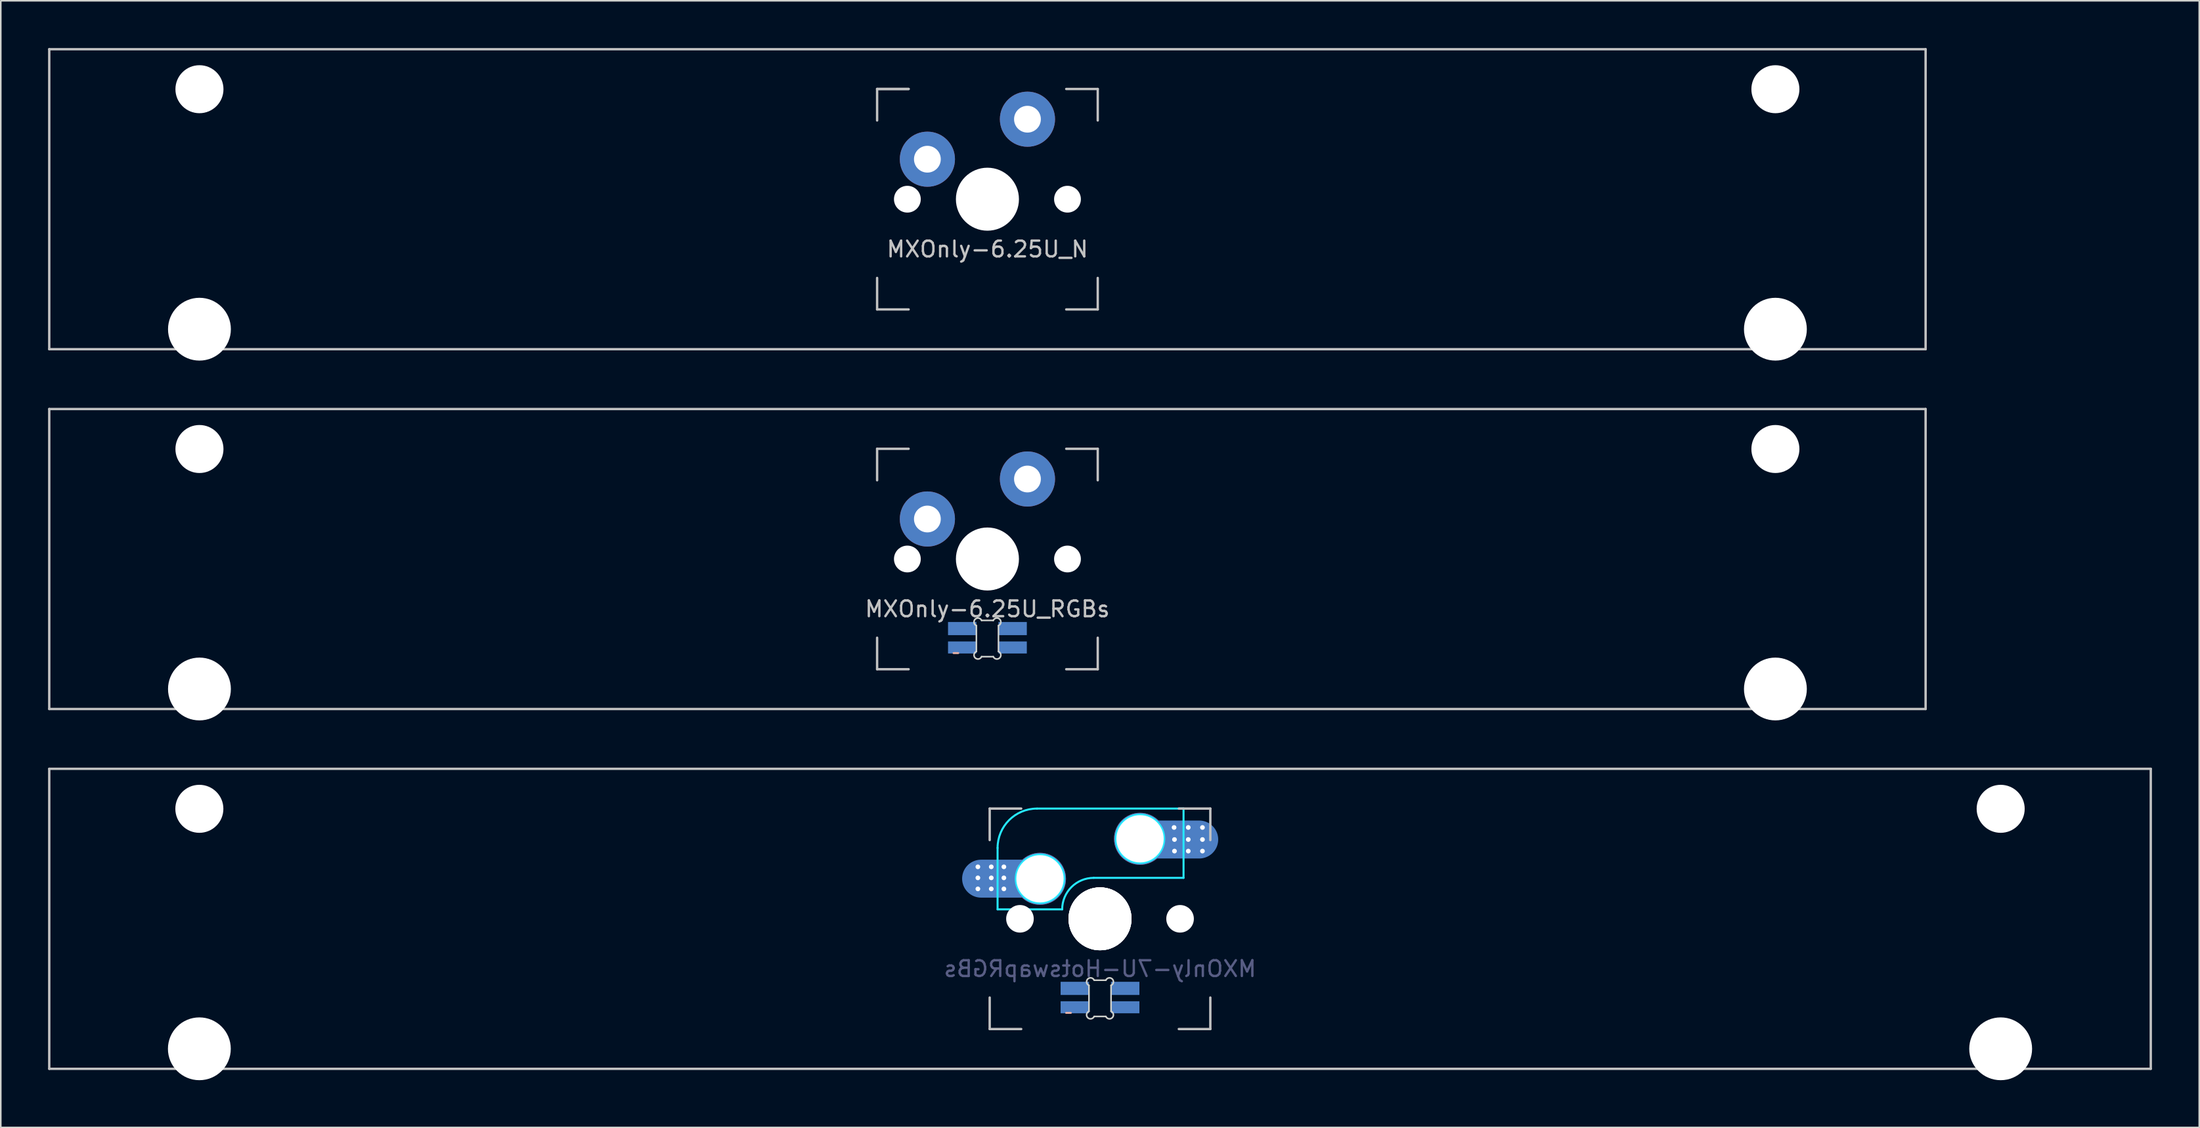
<source format=kicad_pcb>
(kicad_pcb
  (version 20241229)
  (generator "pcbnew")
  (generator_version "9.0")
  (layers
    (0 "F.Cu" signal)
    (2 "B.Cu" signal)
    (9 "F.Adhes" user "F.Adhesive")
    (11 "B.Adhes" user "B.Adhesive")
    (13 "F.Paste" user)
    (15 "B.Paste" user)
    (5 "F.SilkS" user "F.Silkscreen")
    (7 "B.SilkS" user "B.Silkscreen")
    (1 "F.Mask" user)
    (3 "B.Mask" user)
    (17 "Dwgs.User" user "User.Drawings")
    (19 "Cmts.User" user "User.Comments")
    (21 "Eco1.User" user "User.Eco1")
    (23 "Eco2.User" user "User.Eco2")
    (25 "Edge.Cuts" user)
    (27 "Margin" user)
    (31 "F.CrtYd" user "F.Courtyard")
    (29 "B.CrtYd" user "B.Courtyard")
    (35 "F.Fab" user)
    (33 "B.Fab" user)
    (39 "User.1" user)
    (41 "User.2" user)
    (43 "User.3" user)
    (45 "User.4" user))
  (footprint "MXOnly-6.25U_RGBs"
    (layer "F.Cu")
    (at 59.606 32.449)
    (property "Reference" "MXOnly-6.25U_RGBs" (at 0 3.175 0) (layer "Dwgs.User") (effects (font (size 1 1) (thickness 0.15))))
    (attr through_hole)
    (fp_line (start -2.15 5.975) (end -1.85 5.975) (stroke (width 0.12) (type solid)) (layer "B.SilkS"))
    (fp_line (start -59.531 -9.525) (end 59.531 -9.525) (stroke (width 0.15) (type solid)) (layer "Dwgs.User"))
    (fp_line (start -59.531 9.525) (end -59.531 -9.525) (stroke (width 0.15) (type solid)) (layer "Dwgs.User"))
    (fp_line (start -59.531 9.525) (end 59.531 9.525) (stroke (width 0.15) (type solid)) (layer "Dwgs.User"))
    (fp_line (start -7 -7) (end -7 -5) (stroke (width 0.15) (type solid)) (layer "Dwgs.User"))
    (fp_line (start -7 5) (end -7 7) (stroke (width 0.15) (type solid)) (layer "Dwgs.User"))
    (fp_line (start -7 7) (end -5 7) (stroke (width 0.15) (type solid)) (layer "Dwgs.User"))
    (fp_line (start -5 -7) (end -7 -7) (stroke (width 0.15) (type solid)) (layer "Dwgs.User"))
    (fp_line (start 5 -7) (end 7 -7) (stroke (width 0.15) (type solid)) (layer "Dwgs.User"))
    (fp_line (start 5 7) (end 7 7) (stroke (width 0.15) (type solid)) (layer "Dwgs.User"))
    (fp_line (start 7 -7) (end 7 -5) (stroke (width 0.15) (type solid)) (layer "Dwgs.User"))
    (fp_line (start 7 7) (end 7 5) (stroke (width 0.15) (type solid)) (layer "Dwgs.User"))
    (fp_line (start 59.531 -9.525) (end 59.531 9.525) (stroke (width 0.15) (type solid)) (layer "Dwgs.User"))
    (fp_line (start -0.701 5.873) (end -0.701 4.229) (stroke (width 0.1) (type solid)) (layer "Edge.Cuts"))
    (fp_line (start -0.372 3.9) (end 0.372 3.9) (stroke (width 0.1) (type solid)) (layer "Edge.Cuts"))
    (fp_line (start 0.372 6.202) (end -0.372 6.202) (stroke (width 0.1) (type solid)) (layer "Edge.Cuts"))
    (fp_line (start 0.701 4.229) (end 0.701 5.873) (stroke (width 0.1) (type solid)) (layer "Edge.Cuts"))
    (fp_arc (start -0.701007 4.229129) (mid -0.777791 3.823216) (end -0.371878 3.9) (stroke (width 0.1) (type solid)) (layer "Edge.Cuts"))
    (fp_arc (start -0.371878 6.202013) (mid -0.777748 6.278754) (end -0.701007 5.872884) (stroke (width 0.1) (type solid)) (layer "Edge.Cuts"))
    (fp_arc (start 0.371877 3.9) (mid 0.777804 3.823208) (end 0.701006 4.229129) (stroke (width 0.1) (type solid)) (layer "Edge.Cuts"))
    (fp_arc (start 0.701006 5.872884) (mid 0.777758 6.278765) (end 0.371877 6.202013) (stroke (width 0.1) (type solid)) (layer "Edge.Cuts"))
    (pad "" np_thru_hole circle (at -50 -6.985) (size 3.048 3.048) (drill 3.048) (layers "*.Cu" "*.Mask"))
    (pad "" np_thru_hole circle (at -50 8.255) (size 3.988 3.988) (drill 3.988) (layers "*.Cu" "*.Mask"))
    (pad "" np_thru_hole circle (at -5.08 0 48.099) (size 1.7 1.7) (drill 1.7) (layers "*.Cu" "*.Mask"))
    (pad "" smd circle (at -3.81 -2.55) (size 2.5 2.5) (layers "B.Mask"))
    (pad "" np_thru_hole circle (at 0 0) (size 4 4) (drill 4) (layers "*.Cu" "*.Mask"))
    (pad "" smd circle (at 2.54 -5.08) (size 2.5 2.5) (layers "B.Mask"))
    (pad "" np_thru_hole circle (at 5.08 0 48.099) (size 1.7 1.7) (drill 1.7) (layers "*.Cu" "*.Mask"))
    (pad "" np_thru_hole circle (at 50 -6.985) (size 3.048 3.048) (drill 3.048) (layers "*.Cu" "*.Mask"))
    (pad "" np_thru_hole circle (at 50 8.255) (size 3.988 3.988) (drill 3.988) (layers "*.Cu" "*.Mask"))
    (pad "1" thru_hole circle (at -3.81 -2.54) (size 3.5 3.5) (drill 1.7) (layers "*.Cu"))
    (pad "2" thru_hole circle (at 2.54 -5.08) (size 3.5 3.5) (drill 1.7) (layers "*.Cu"))
    (pad "3" smd rect (at 1.6 4.418) (size 1.8 0.836) (layers "B.Cu" "B.Mask" "B.Paste"))
    (pad "4" smd rect (at -1.6 4.418) (size 1.8 0.836) (layers "B.Cu" "B.Mask" "B.Paste"))
    (pad "5" smd rect (at 1.6 5.618) (size 1.8 0.764) (layers "B.Cu" "B.Mask" "B.Paste"))
    (pad "6" smd rect (at -1.6 5.618) (size 1.8 0.764) (layers "B.Cu" "B.Mask" "B.Paste")))
  (footprint "MXOnly-6.25U_N"
    (layer "F.Cu")
    (at 59.606 9.6)
    (property "Reference" "MXOnly-6.25U_N" (at 0 3.175 0) (layer "Dwgs.User") (effects (font (size 1 1) (thickness 0.15))))
    (attr through_hole)
    (fp_line (start -59.531 -9.525) (end 59.531 -9.525) (stroke (width 0.15) (type solid)) (layer "Dwgs.User"))
    (fp_line (start -59.531 9.525) (end -59.531 -9.525) (stroke (width 0.15) (type solid)) (layer "Dwgs.User"))
    (fp_line (start -59.531 9.525) (end 59.531 9.525) (stroke (width 0.15) (type solid)) (layer "Dwgs.User"))
    (fp_line (start -7 -7) (end -7 -5) (stroke (width 0.15) (type solid)) (layer "Dwgs.User"))
    (fp_line (start -7 5) (end -7 7) (stroke (width 0.15) (type solid)) (layer "Dwgs.User"))
    (fp_line (start -7 7) (end -5 7) (stroke (width 0.15) (type solid)) (layer "Dwgs.User"))
    (fp_line (start -5 -7) (end -7 -7) (stroke (width 0.15) (type solid)) (layer "Dwgs.User"))
    (fp_line (start -5 -7) (end -7 -7) (stroke (width 0.15) (type solid)) (layer "Dwgs.User"))
    (fp_line (start 5 -7) (end 7 -7) (stroke (width 0.15) (type solid)) (layer "Dwgs.User"))
    (fp_line (start 5 7) (end 7 7) (stroke (width 0.15) (type solid)) (layer "Dwgs.User"))
    (fp_line (start 7 -7) (end 7 -5) (stroke (width 0.15) (type solid)) (layer "Dwgs.User"))
    (fp_line (start 7 5) (end 7 7) (stroke (width 0.15) (type solid)) (layer "Dwgs.User"))
    (fp_line (start 59.531 -9.525) (end 59.531 9.525) (stroke (width 0.15) (type solid)) (layer "Dwgs.User"))
    (pad "" np_thru_hole circle (at -50 -6.985) (size 3.048 3.048) (drill 3.048) (layers "*.Cu" "*.Mask"))
    (pad "" np_thru_hole circle (at -50 8.255) (size 3.988 3.988) (drill 3.988) (layers "*.Cu" "*.Mask"))
    (pad "" np_thru_hole circle (at -5.08 0 48.099) (size 1.7 1.7) (drill 1.7) (layers "*.Cu" "*.Mask"))
    (pad "" smd circle (at -3.81 -2.55) (size 2.5 2.5) (layers "B.Mask"))
    (pad "" np_thru_hole circle (at 0 0) (size 4 4) (drill 4) (layers "*.Cu" "*.Mask"))
    (pad "" smd circle (at 2.54 -5.08) (size 2.5 2.5) (layers "B.Mask"))
    (pad "" np_thru_hole circle (at 5.08 0 48.099) (size 1.7 1.7) (drill 1.7) (layers "*.Cu" "*.Mask"))
    (pad "" np_thru_hole circle (at 50 -6.985) (size 3.048 3.048) (drill 3.048) (layers "*.Cu" "*.Mask"))
    (pad "" np_thru_hole circle (at 50 8.255) (size 3.988 3.988) (drill 3.988) (layers "*.Cu" "*.Mask"))
    (pad "1" thru_hole circle (at -3.81 -2.54) (size 3.5 3.5) (drill 1.7) (layers "*.Cu"))
    (pad "2" thru_hole circle (at 2.54 -5.08) (size 3.5 3.5) (drill 1.7) (layers "*.Cu")))
  (footprint "MXOnly-7U-HotswapRGBs"
    (layer "F.Cu")
    (at 66.75 55.298)
    (property "Reference" "MXOnly-7U-HotswapRGBs" (at 0 3.175 0) (layer "B.Fab") (effects (font (size 1 1) (thickness 0.15)) (justify mirror)))
    (attr smd)
    (fp_line (start -2.15 5.975) (end -1.85 5.975) (stroke (width 0.12) (type solid)) (layer "B.SilkS"))
    (fp_line (start -66.675 -9.525) (end 66.675 -9.525) (stroke (width 0.15) (type solid)) (layer "Dwgs.User"))
    (fp_line (start -66.675 9.525) (end -66.675 -9.525) (stroke (width 0.15) (type solid)) (layer "Dwgs.User"))
    (fp_line (start -7 -7) (end -7 -5) (stroke (width 0.15) (type solid)) (layer "Dwgs.User"))
    (fp_line (start -7 5) (end -7 7) (stroke (width 0.15) (type solid)) (layer "Dwgs.User"))
    (fp_line (start -7 7) (end -5 7) (stroke (width 0.15) (type solid)) (layer "Dwgs.User"))
    (fp_line (start -5 -7) (end -7 -7) (stroke (width 0.15) (type solid)) (layer "Dwgs.User"))
    (fp_line (start 5 -7) (end 7 -7) (stroke (width 0.15) (type solid)) (layer "Dwgs.User"))
    (fp_line (start 5 7) (end 7 7) (stroke (width 0.15) (type solid)) (layer "Dwgs.User"))
    (fp_line (start 7 -5) (end 7 -7) (stroke (width 0.15) (type solid)) (layer "Dwgs.User"))
    (fp_line (start 7 7) (end 7 5) (stroke (width 0.15) (type solid)) (layer "Dwgs.User"))
    (fp_line (start 66.675 -9.525) (end 66.675 9.525) (stroke (width 0.15) (type solid)) (layer "Dwgs.User"))
    (fp_line (start 66.675 9.525) (end -66.675 9.525) (stroke (width 0.15) (type solid)) (layer "Dwgs.User"))
    (fp_line (start -0.701 5.873) (end -0.701 4.229) (stroke (width 0.1) (type solid)) (layer "Edge.Cuts"))
    (fp_line (start -0.372 3.9) (end 0.372 3.9) (stroke (width 0.1) (type solid)) (layer "Edge.Cuts"))
    (fp_line (start 0.372 6.202) (end -0.372 6.202) (stroke (width 0.1) (type solid)) (layer "Edge.Cuts"))
    (fp_line (start 0.701 4.229) (end 0.701 5.873) (stroke (width 0.1) (type solid)) (layer "Edge.Cuts"))
    (fp_arc (start -0.701007 4.229129) (mid -0.777791 3.823216) (end -0.371878 3.9) (stroke (width 0.1) (type solid)) (layer "Edge.Cuts"))
    (fp_arc (start -0.371878 6.202013) (mid -0.777748 6.278754) (end -0.701007 5.872884) (stroke (width 0.1) (type solid)) (layer "Edge.Cuts"))
    (fp_arc (start 0.371877 3.9) (mid 0.777804 3.823208) (end 0.701006 4.229129) (stroke (width 0.1) (type solid)) (layer "Edge.Cuts"))
    (fp_arc (start 0.701006 5.872884) (mid 0.777758 6.278765) (end 0.371877 6.202013) (stroke (width 0.1) (type solid)) (layer "Edge.Cuts"))
    (fp_line (start -6.5 -4.5) (end -6.5 -0.6) (stroke (width 0.127) (type solid)) (layer "B.CrtYd"))
    (fp_line (start -6.5 -0.6) (end -2.4 -0.6) (stroke (width 0.127) (type solid)) (layer "B.CrtYd"))
    (fp_line (start -0.4 -2.6) (end 5.3 -2.6) (stroke (width 0.127) (type solid)) (layer "B.CrtYd"))
    (fp_line (start 5.3 -7) (end -4 -7) (stroke (width 0.127) (type solid)) (layer "B.CrtYd"))
    (fp_line (start 5.3 -7) (end 5.3 -2.6) (stroke (width 0.127) (type solid)) (layer "B.CrtYd"))
    (fp_arc (start -6.5 -4.5) (mid -5.767767 -6.267767) (end -4 -7) (stroke (width 0.127) (type solid)) (layer "B.CrtYd"))
    (fp_arc (start -2.4 -0.6) (mid -1.814214 -2.014214) (end -0.4 -2.6) (stroke (width 0.127) (type solid)) (layer "B.CrtYd"))
    (fp_circle (center -3.81 -2.54) (end -2.286 -2.54) (stroke (width 0.15) (type solid)) (fill no) (layer "B.CrtYd"))
    (fp_circle (center 2.54 -5.08) (end 2.54 -6.604) (stroke (width 0.15) (type solid)) (fill no) (layer "B.CrtYd"))
    (pad "" np_thru_hole circle (at -57.15 -6.985) (size 3.048 3.048) (drill 3.048) (layers "*.Cu" "*.Mask"))
    (pad "" np_thru_hole circle (at -57.15 8.255) (size 3.988 3.988) (drill 3.988) (layers "*.Cu" "*.Mask"))
    (pad "" np_thru_hole circle (at -5.08 0 48.1) (size 1.75 1.75) (drill 1.75) (layers "*.Cu" "*.Mask"))
    (pad "" np_thru_hole circle (at 0 0) (size 3.988 3.988) (drill 3.988) (layers "*.Cu" "*.Mask"))
    (pad "" np_thru_hole circle (at 0 0) (size 3.988 3.988) (drill 3.988) (layers "*.Cu" "*.Mask"))
    (pad "" np_thru_hole circle (at 0 0) (size 4 4) (drill 4) (layers "*.Cu" "*.Mask"))
    (pad "" np_thru_hole circle (at 0 0) (size 4 4) (drill 4) (layers "*.Cu" "*.Mask"))
    (pad "" np_thru_hole circle (at 5.08 0 48.1) (size 1.75 1.75) (drill 1.75) (layers "*.Cu" "*.Mask"))
    (pad "" np_thru_hole circle (at 57.15 -6.985) (size 3.048 3.048) (drill 3.048) (layers "*.Cu" "*.Mask"))
    (pad "" np_thru_hole circle (at 57.15 8.255) (size 3.988 3.988) (drill 3.988) (layers "*.Cu" "*.Mask"))
    (pad "1" thru_hole circle (at 2.54 -5.08) (size 3.3 3.3) (drill 3) (layers "*.Cu" "B.Mask"))
    (pad "1" thru_hole circle (at 4.7 -5.8) (size 0.4 0.4) (drill 0.3) (layers "*.Cu" "B.Mask"))
    (pad "1" thru_hole circle (at 4.725 -5.035) (size 0.4 0.4) (drill 0.3) (layers "*.Cu" "B.Mask"))
    (pad "1" thru_hole circle (at 4.725 -4.3) (size 0.4 0.4) (drill 0.3) (layers "*.Cu" "B.Mask"))
    (pad "1" smd oval (at 4.75 -5.035) (size 5.5 2.41) (layers "B.Cu" "B.Mask" "B.Paste"))
    (pad "1" thru_hole circle (at 5.6 -5.8) (size 0.4 0.4) (drill 0.3) (layers "*.Cu" "B.Mask"))
    (pad "1" thru_hole circle (at 5.6 -5.035) (size 0.4 0.4) (drill 0.3) (layers "*.Cu" "B.Mask"))
    (pad "1" thru_hole circle (at 5.6 -4.3) (size 0.4 0.4) (drill 0.3) (layers "*.Cu" "B.Mask"))
    (pad "1" thru_hole circle (at 6.5 -5.8) (size 0.4 0.4) (drill 0.3) (layers "*.Cu" "B.Mask"))
    (pad "1" thru_hole circle (at 6.5 -5.035) (size 0.4 0.4) (drill 0.3) (layers "*.Cu" "B.Mask"))
    (pad "1" thru_hole circle (at 6.5 -4.3) (size 0.4 0.4) (drill 0.3) (layers "*.Cu" "B.Mask"))
    (pad "2" thru_hole circle (at -7.75 -3.3) (size 0.4 0.4) (drill 0.3) (layers "*.Cu" "B.Mask"))
    (pad "2" thru_hole circle (at -7.75 -2.6) (size 0.4 0.4) (drill 0.3) (layers "*.Cu" "B.Mask"))
    (pad "2" thru_hole circle (at -7.75 -1.9) (size 0.4 0.4) (drill 0.3) (layers "*.Cu" "B.Mask"))
    (pad "2" thru_hole circle (at -6.9 -3.3) (size 0.4 0.4) (drill 0.3) (layers "*.Cu" "B.Mask"))
    (pad "2" thru_hole circle (at -6.9 -2.6) (size 0.4 0.4) (drill 0.3) (layers "*.Cu" "B.Mask"))
    (pad "2" thru_hole circle (at -6.9 -1.9) (size 0.4 0.4) (drill 0.3) (layers "*.Cu" "B.Mask"))
    (pad "2" thru_hole circle (at -6.1 -3.3) (size 0.4 0.4) (drill 0.3) (layers "*.Cu" "B.Mask"))
    (pad "2" thru_hole circle (at -6.1 -2.6) (size 0.4 0.4) (drill 0.3) (layers "*.Cu" "B.Mask"))
    (pad "2" thru_hole circle (at -6.1 -1.9) (size 0.4 0.4) (drill 0.3) (layers "*.Cu" "B.Mask"))
    (pad "2" smd oval (at -6 -2.55) (size 5.5 2.41) (layers "B.Cu" "B.Mask" "B.Paste"))
    (pad "2" thru_hole circle (at -3.81 -2.54) (size 3.3 3.3) (drill 3) (layers "*.Cu" "B.Mask"))
    (pad "3" smd rect (at 1.6 4.418) (size 1.8 0.836) (layers "B.Cu" "B.Mask" "B.Paste"))
    (pad "4" smd rect (at -1.6 4.418) (size 1.8 0.836) (layers "B.Cu" "B.Mask" "B.Paste"))
    (pad "5" smd rect (at 1.6 5.618) (size 1.8 0.764) (layers "B.Cu" "B.Mask" "B.Paste"))
    (pad "6" smd rect (at -1.6 5.618) (size 1.8 0.764) (layers "B.Cu" "B.Mask" "B.Paste")))
  (gr_rect
    (start -3 -3)
    (end 136.5 68.547)
    (stroke (width 0.1) (type default))
    (fill no)
    (layer "Edge.Cuts")))
</source>
